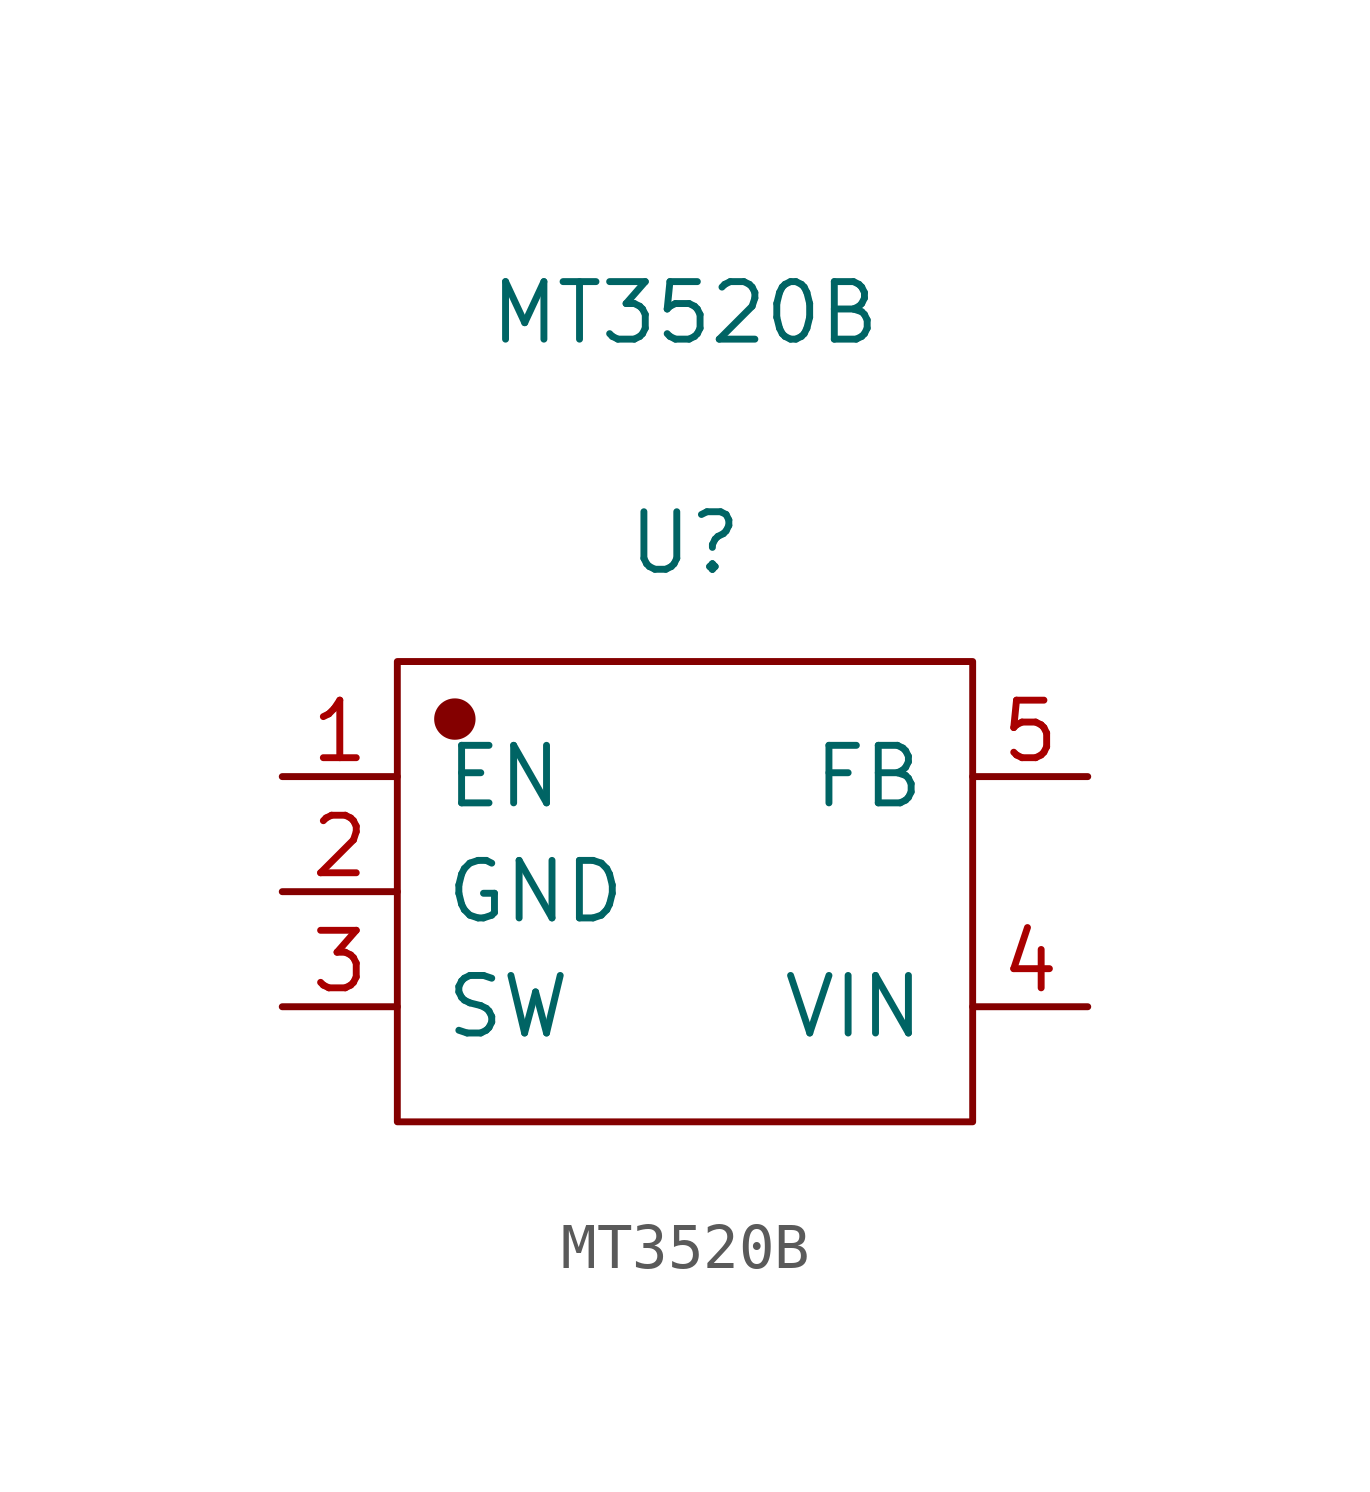
<source format=kicad_sym>
(kicad_symbol_lib
  (version 20211014)
  (generator kicad_symbol_editor)
  (symbol "MT3520B"
    (pin_names
      (offset 1.016))
    (property "Reference" "U"
      (at 0 7.696 0)
      (effects (font (size 1.27 1.27))))
    (property "Value" "MT3520B"
      (at 0 12.776 0)
      (effects (font (size 1.27 1.27))))
    (symbol "MT3520B_1_1"
      (rectangle (start -6.35 5.08) (end 6.35 -5.08) (stroke (width 0.152) (type default) (color 0 0 0 0)) (fill (type none)))
      (circle (center -5.08 3.81) (radius 0.381) (stroke (width 0.152) (type default) (color 0 0 0 0)) (fill (type outline)))
      (pin input line (at -8.89 2.54 0) (length 2.54) (name "EN" (effects (font (size 1.27 1.27)))) (number "1" (effects (font (size 1.27 1.27)))))
      (pin input line (at -8.89 0 0) (length 2.54) (name "GND" (effects (font (size 1.27 1.27)))) (number "2" (effects (font (size 1.27 1.27)))))
      (pin input line (at -8.89 -2.54 0) (length 2.54) (name "SW" (effects (font (size 1.27 1.27)))) (number "3" (effects (font (size 1.27 1.27)))))
      (pin input line (at 8.89 -2.54 180) (length 2.54) (name "VIN" (effects (font (size 1.27 1.27)))) (number "4" (effects (font (size 1.27 1.27)))))
      (pin input line (at 8.89 2.54 180) (length 2.54) (name "FB" (effects (font (size 1.27 1.27)))) (number "5" (effects (font (size 1.27 1.27))))))))
</source>
